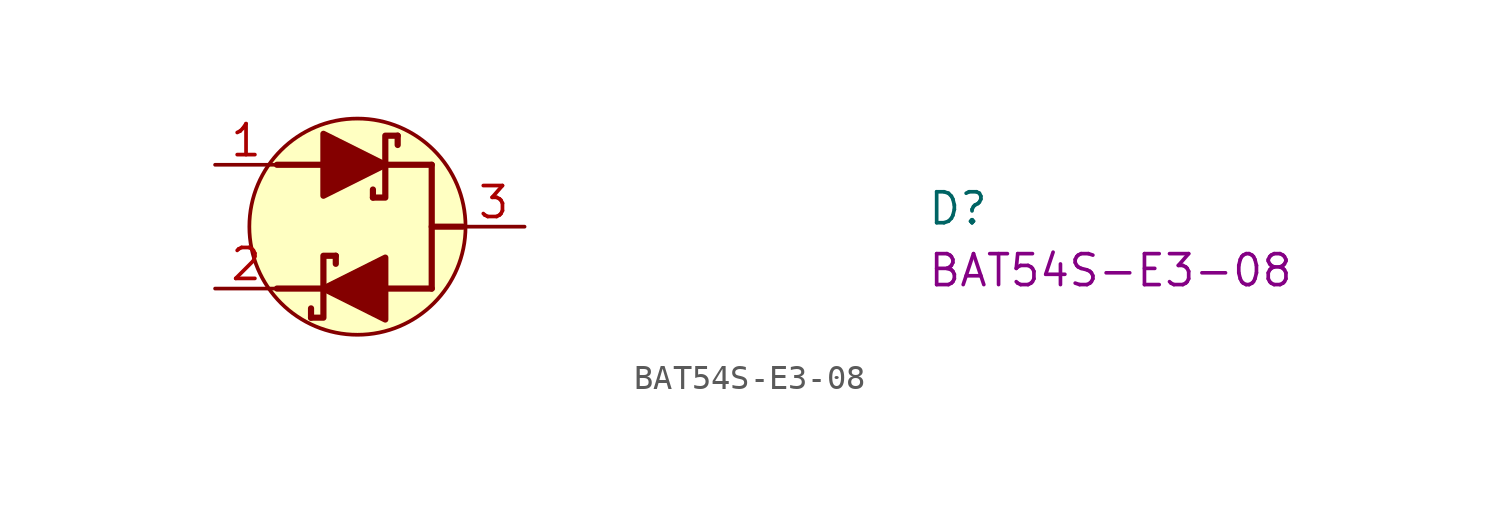
<source format=kicad_sym>
(kicad_symbol_lib
  (version 20220914)
  (generator kicad_symbol_editor)
  (symbol "BAT54S-E3-08"
    (pin_names hide)
    (property "Reference" "D"
      (at 29.21 -2.54 0)
      (effects (font (size 1.27 1.27) (thickness 0.15)) (justify left bottom)))
    (property "MPN" "BAT54S-E3-08"
      (at 29.21 -5.08 0)
      (effects (font (size 1.27 1.27) (thickness 0.15)) (justify left bottom)))
    (symbol "BAT54S-E3-08_0_1"
      (circle (center 5.842 -2.54) (radius 4.436) (stroke (width 0) (type default)) (fill (type background))))
    (symbol "BAT54S-E3-08_1_1"
      (polyline (pts (xy 2.54 0) (xy 8.89 0)) (stroke (width 0.254) (type default)) (fill (type none)))
      (polyline (pts (xy 3.937 -6.274) (xy 3.937 -5.893)) (stroke (width 0.254) (type default)) (fill (type none)))
      (polyline (pts (xy 4.953 -4.064) (xy 4.953 -3.734)) (stroke (width 0.254) (type default)) (fill (type none)))
      (polyline (pts (xy 6.477 -1.016) (xy 6.477 -1.346)) (stroke (width 0.254) (type default)) (fill (type none)))
      (polyline (pts (xy 7.493 1.194) (xy 7.493 0.813)) (stroke (width 0.254) (type default)) (fill (type none)))
      (polyline (pts (xy 8.89 -5.08) (xy 2.54 -5.08)) (stroke (width 0.254) (type default)) (fill (type none)))
      (polyline (pts (xy 8.89 -2.54) (xy 10.16 -2.54)) (stroke (width 0.254) (type default)) (fill (type none)))
      (polyline (pts (xy 8.89 0) (xy 8.89 -5.08)) (stroke (width 0.254) (type default)) (fill (type none)))
      (polyline (pts (xy 3.937 -6.274) (xy 4.445 -6.274) (xy 4.445 -3.734) (xy 4.953 -3.734)) (stroke (width 0.254) (type default)) (fill (type none)))
      (polyline (pts (xy 4.445 1.27) (xy 4.445 -1.27) (xy 6.985 0) (xy 4.445 1.27)) (stroke (width 0.254) (type default)) (fill (type outline)))
      (polyline (pts (xy 6.985 -6.35) (xy 6.985 -3.81) (xy 4.445 -5.08) (xy 6.985 -6.35)) (stroke (width 0.254) (type default)) (fill (type outline)))
      (polyline (pts (xy 7.493 1.194) (xy 6.985 1.194) (xy 6.985 -1.346) (xy 6.477 -1.346)) (stroke (width 0.254) (type default)) (fill (type none)))
      (pin passive line (at 0 0 0) (length 2.54) (name "1" (effects (font (size 1.27 1.27)))) (number "1" (effects (font (size 1.27 1.27)))))
      (pin passive line (at 0 -5.08 0) (length 2.54) (name "2" (effects (font (size 1.27 1.27)))) (number "2" (effects (font (size 1.27 1.27)))))
      (pin passive line (at 12.7 -2.54 180) (length 2.54) (name "3" (effects (font (size 1.27 1.27)))) (number "3" (effects (font (size 1.27 1.27))))))))
</source>
